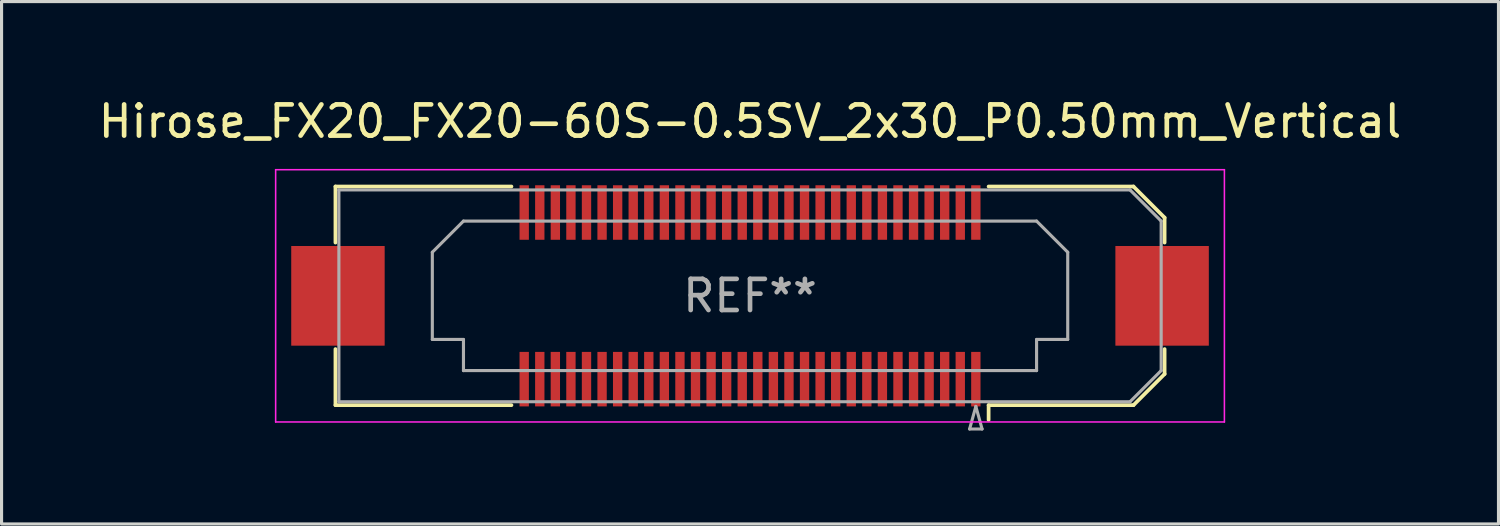
<source format=kicad_pcb>
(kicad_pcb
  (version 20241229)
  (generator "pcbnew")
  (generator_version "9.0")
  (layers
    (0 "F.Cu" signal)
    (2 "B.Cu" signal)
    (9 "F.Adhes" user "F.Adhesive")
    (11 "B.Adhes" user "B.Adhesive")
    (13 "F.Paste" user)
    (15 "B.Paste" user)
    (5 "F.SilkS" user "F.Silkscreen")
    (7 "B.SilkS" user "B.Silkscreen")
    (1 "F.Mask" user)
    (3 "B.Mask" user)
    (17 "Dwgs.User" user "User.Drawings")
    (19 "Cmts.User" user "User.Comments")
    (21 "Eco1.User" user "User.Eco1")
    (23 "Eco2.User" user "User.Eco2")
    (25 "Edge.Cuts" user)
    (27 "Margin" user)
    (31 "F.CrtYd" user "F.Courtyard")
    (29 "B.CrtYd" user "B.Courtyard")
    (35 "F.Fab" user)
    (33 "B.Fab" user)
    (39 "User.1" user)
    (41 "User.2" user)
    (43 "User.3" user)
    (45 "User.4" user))
  (footprint "Hirose_FX20_FX20-60S-0.5SV_2x30_P0.50mm_Vertical"
    (layer "F.Cu")
    (at 21.03 6.448)
    (property "Reference" "Hirose_FX20_FX20-60S-0.5SV_2x30_P0.50mm_Vertical" (at 0 -5.6 0) (layer "F.SilkS") (effects (font (size 1 1) (thickness 0.15))))
    (attr smd)
    (fp_line (start -13.31 -3.51) (end -7.66 -3.51) (stroke (width 0.12) (type solid)) (layer "F.SilkS"))
    (fp_line (start -13.31 -1.71) (end -13.31 -3.51) (stroke (width 0.12) (type solid)) (layer "F.SilkS"))
    (fp_line (start -13.31 3.51) (end -13.31 1.71) (stroke (width 0.12) (type solid)) (layer "F.SilkS"))
    (fp_line (start -7.66 3.51) (end -13.31 3.51) (stroke (width 0.12) (type solid)) (layer "F.SilkS"))
    (fp_line (start 7.66 3.51) (end 12.31 3.51) (stroke (width 0.12) (type solid)) (layer "F.SilkS"))
    (fp_line (start 7.66 3.983) (end 7.66 3.51) (stroke (width 0.12) (type solid)) (layer "F.SilkS"))
    (fp_line (start 12.31 -3.51) (end 7.66 -3.51) (stroke (width 0.12) (type solid)) (layer "F.SilkS"))
    (fp_line (start 12.31 3.51) (end 13.31 2.51) (stroke (width 0.12) (type solid)) (layer "F.SilkS"))
    (fp_line (start 13.31 -2.51) (end 12.31 -3.51) (stroke (width 0.12) (type solid)) (layer "F.SilkS"))
    (fp_line (start 13.31 -1.71) (end 13.31 -2.51) (stroke (width 0.12) (type solid)) (layer "F.SilkS"))
    (fp_line (start 13.31 2.51) (end 13.31 1.71) (stroke (width 0.12) (type solid)) (layer "F.SilkS"))
    (fp_line (start -15.23 -4.05) (end -15.23 4.05) (stroke (width 0.05) (type solid)) (layer "F.CrtYd"))
    (fp_line (start -15.23 4.05) (end 15.23 4.05) (stroke (width 0.05) (type solid)) (layer "F.CrtYd"))
    (fp_line (start 15.23 -4.05) (end -15.23 -4.05) (stroke (width 0.05) (type solid)) (layer "F.CrtYd"))
    (fp_line (start 15.23 4.05) (end 15.23 -4.05) (stroke (width 0.05) (type solid)) (layer "F.CrtYd"))
    (fp_line (start -13.2 -3.4) (end 12.2 -3.4) (stroke (width 0.1) (type solid)) (layer "F.Fab"))
    (fp_line (start -13.2 3.4) (end -13.2 -3.4) (stroke (width 0.1) (type solid)) (layer "F.Fab"))
    (fp_line (start -10.2 -1.4) (end -9.2 -2.4) (stroke (width 0.1) (type solid)) (layer "F.Fab"))
    (fp_line (start -10.2 1.4) (end -10.2 -1.4) (stroke (width 0.1) (type solid)) (layer "F.Fab"))
    (fp_line (start -9.2 -2.4) (end 9.2 -2.4) (stroke (width 0.1) (type solid)) (layer "F.Fab"))
    (fp_line (start -9.2 1.4) (end -10.2 1.4) (stroke (width 0.1) (type solid)) (layer "F.Fab"))
    (fp_line (start -9.2 2.4) (end -9.2 1.4) (stroke (width 0.1) (type solid)) (layer "F.Fab"))
    (fp_line (start 7.05 4.275) (end 7.45 4.275) (stroke (width 0.1) (type solid)) (layer "F.Fab"))
    (fp_line (start 7.25 3.55) (end 7.05 4.275) (stroke (width 0.1) (type solid)) (layer "F.Fab"))
    (fp_line (start 7.45 4.275) (end 7.25 3.55) (stroke (width 0.1) (type solid)) (layer "F.Fab"))
    (fp_line (start 9.2 -2.4) (end 10.2 -1.4) (stroke (width 0.1) (type solid)) (layer "F.Fab"))
    (fp_line (start 9.2 1.4) (end 9.2 2.4) (stroke (width 0.1) (type solid)) (layer "F.Fab"))
    (fp_line (start 9.2 2.4) (end -9.2 2.4) (stroke (width 0.1) (type solid)) (layer "F.Fab"))
    (fp_line (start 10.2 -1.4) (end 10.2 1.4) (stroke (width 0.1) (type solid)) (layer "F.Fab"))
    (fp_line (start 10.2 1.4) (end 9.2 1.4) (stroke (width 0.1) (type solid)) (layer "F.Fab"))
    (fp_line (start 12.2 -3.4) (end 13.2 -2.4) (stroke (width 0.1) (type solid)) (layer "F.Fab"))
    (fp_line (start 12.2 3.4) (end -13.2 3.4) (stroke (width 0.1) (type solid)) (layer "F.Fab"))
    (fp_line (start 13.2 -2.4) (end 13.2 2.4) (stroke (width 0.1) (type solid)) (layer "F.Fab"))
    (fp_line (start 13.2 2.4) (end 12.2 3.4) (stroke (width 0.1) (type solid)) (layer "F.Fab"))
    (fp_text user "REF**" (at 0 0 0) (layer "F.Fab") (effects (font (size 1 1) (thickness 0.15))))
    (pad "" smd rect (at -13.23 0) (size 2.98 3.18) (layers "F.Paste"))
    (pad "" smd rect (at -13.23 0) (size 3 3.2) (layers "F.Cu" "F.Mask"))
    (pad "" smd rect (at -7.25 -2.875) (size 0.28 1.35) (layers "F.Paste"))
    (pad "" smd rect (at -7.25 2.875) (size 0.28 1.35) (layers "F.Paste"))
    (pad "" smd rect (at -6.75 -2.875) (size 0.28 1.35) (layers "F.Paste"))
    (pad "" smd rect (at -6.75 2.875) (size 0.28 1.35) (layers "F.Paste"))
    (pad "" smd rect (at -6.25 -2.875) (size 0.28 1.35) (layers "F.Paste"))
    (pad "" smd rect (at -6.25 2.875) (size 0.28 1.35) (layers "F.Paste"))
    (pad "" smd rect (at -5.75 -2.875) (size 0.28 1.35) (layers "F.Paste"))
    (pad "" smd rect (at -5.75 2.875) (size 0.28 1.35) (layers "F.Paste"))
    (pad "" smd rect (at -5.25 -2.875) (size 0.28 1.35) (layers "F.Paste"))
    (pad "" smd rect (at -5.25 2.875) (size 0.28 1.35) (layers "F.Paste"))
    (pad "" smd rect (at -4.75 -2.875) (size 0.28 1.35) (layers "F.Paste"))
    (pad "" smd rect (at -4.75 2.875) (size 0.28 1.35) (layers "F.Paste"))
    (pad "" smd rect (at -4.25 -2.875) (size 0.28 1.35) (layers "F.Paste"))
    (pad "" smd rect (at -4.25 2.875) (size 0.28 1.35) (layers "F.Paste"))
    (pad "" smd rect (at -3.75 -2.875) (size 0.28 1.35) (layers "F.Paste"))
    (pad "" smd rect (at -3.75 2.875) (size 0.28 1.35) (layers "F.Paste"))
    (pad "" smd rect (at -3.25 -2.875) (size 0.28 1.35) (layers "F.Paste"))
    (pad "" smd rect (at -3.25 2.875) (size 0.28 1.35) (layers "F.Paste"))
    (pad "" smd rect (at -2.75 -2.875) (size 0.28 1.35) (layers "F.Paste"))
    (pad "" smd rect (at -2.75 2.875) (size 0.28 1.35) (layers "F.Paste"))
    (pad "" smd rect (at -2.25 -2.875) (size 0.28 1.35) (layers "F.Paste"))
    (pad "" smd rect (at -2.25 2.875) (size 0.28 1.35) (layers "F.Paste"))
    (pad "" smd rect (at -1.75 -2.875) (size 0.28 1.35) (layers "F.Paste"))
    (pad "" smd rect (at -1.75 2.875) (size 0.28 1.35) (layers "F.Paste"))
    (pad "" smd rect (at -1.25 -2.875) (size 0.28 1.35) (layers "F.Paste"))
    (pad "" smd rect (at -1.25 2.875) (size 0.28 1.35) (layers "F.Paste"))
    (pad "" smd rect (at -0.75 -2.875) (size 0.28 1.35) (layers "F.Paste"))
    (pad "" smd rect (at -0.75 2.875) (size 0.28 1.35) (layers "F.Paste"))
    (pad "" smd rect (at -0.25 -2.875) (size 0.28 1.35) (layers "F.Paste"))
    (pad "" smd rect (at -0.25 2.875) (size 0.28 1.35) (layers "F.Paste"))
    (pad "" smd rect (at 0.25 -2.875) (size 0.28 1.35) (layers "F.Paste"))
    (pad "" smd rect (at 0.25 2.875) (size 0.28 1.35) (layers "F.Paste"))
    (pad "" smd rect (at 0.75 -2.875) (size 0.28 1.35) (layers "F.Paste"))
    (pad "" smd rect (at 0.75 2.875) (size 0.28 1.35) (layers "F.Paste"))
    (pad "" smd rect (at 1.25 -2.875) (size 0.28 1.35) (layers "F.Paste"))
    (pad "" smd rect (at 1.25 2.875) (size 0.28 1.35) (layers "F.Paste"))
    (pad "" smd rect (at 1.75 -2.875) (size 0.28 1.35) (layers "F.Paste"))
    (pad "" smd rect (at 1.75 2.875) (size 0.28 1.35) (layers "F.Paste"))
    (pad "" smd rect (at 2.25 -2.875) (size 0.28 1.35) (layers "F.Paste"))
    (pad "" smd rect (at 2.25 2.875) (size 0.28 1.35) (layers "F.Paste"))
    (pad "" smd rect (at 2.75 -2.875) (size 0.28 1.35) (layers "F.Paste"))
    (pad "" smd rect (at 2.75 2.875) (size 0.28 1.35) (layers "F.Paste"))
    (pad "" smd rect (at 3.25 -2.875) (size 0.28 1.35) (layers "F.Paste"))
    (pad "" smd rect (at 3.25 2.875) (size 0.28 1.35) (layers "F.Paste"))
    (pad "" smd rect (at 3.75 -2.875) (size 0.28 1.35) (layers "F.Paste"))
    (pad "" smd rect (at 3.75 2.875) (size 0.28 1.35) (layers "F.Paste"))
    (pad "" smd rect (at 4.25 -2.875) (size 0.28 1.35) (layers "F.Paste"))
    (pad "" smd rect (at 4.25 2.875) (size 0.28 1.35) (layers "F.Paste"))
    (pad "" smd rect (at 4.75 -2.875) (size 0.28 1.35) (layers "F.Paste"))
    (pad "" smd rect (at 4.75 2.875) (size 0.28 1.35) (layers "F.Paste"))
    (pad "" smd rect (at 5.25 -2.875) (size 0.28 1.35) (layers "F.Paste"))
    (pad "" smd rect (at 5.25 2.875) (size 0.28 1.35) (layers "F.Paste"))
    (pad "" smd rect (at 5.75 -2.875) (size 0.28 1.35) (layers "F.Paste"))
    (pad "" smd rect (at 5.75 2.875) (size 0.28 1.35) (layers "F.Paste"))
    (pad "" smd rect (at 6.25 -2.875) (size 0.28 1.35) (layers "F.Paste"))
    (pad "" smd rect (at 6.25 2.875) (size 0.28 1.35) (layers "F.Paste"))
    (pad "" smd rect (at 6.75 -2.875) (size 0.28 1.35) (layers "F.Paste"))
    (pad "" smd rect (at 6.75 2.875) (size 0.28 1.35) (layers "F.Paste"))
    (pad "" smd rect (at 7.25 -2.875) (size 0.28 1.35) (layers "F.Paste"))
    (pad "" smd rect (at 7.25 2.875) (size 0.28 1.35) (layers "F.Paste"))
    (pad "" smd rect (at 13.23 0) (size 2.98 3.18) (layers "F.Paste"))
    (pad "" smd rect (at 13.23 0) (size 3 3.2) (layers "F.Cu" "F.Mask"))
    (pad "1" smd rect (at 7.25 2.675) (size 0.3 1.75) (layers "F.Cu" "F.Mask"))
    (pad "2" smd rect (at 7.25 -2.675) (size 0.3 1.75) (layers "F.Cu" "F.Mask"))
    (pad "3" smd rect (at 6.75 2.675) (size 0.3 1.75) (layers "F.Cu" "F.Mask"))
    (pad "4" smd rect (at 6.75 -2.675) (size 0.3 1.75) (layers "F.Cu" "F.Mask"))
    (pad "5" smd rect (at 6.25 2.675) (size 0.3 1.75) (layers "F.Cu" "F.Mask"))
    (pad "6" smd rect (at 6.25 -2.675) (size 0.3 1.75) (layers "F.Cu" "F.Mask"))
    (pad "7" smd rect (at 5.75 2.675) (size 0.3 1.75) (layers "F.Cu" "F.Mask"))
    (pad "8" smd rect (at 5.75 -2.675) (size 0.3 1.75) (layers "F.Cu" "F.Mask"))
    (pad "9" smd rect (at 5.25 2.675) (size 0.3 1.75) (layers "F.Cu" "F.Mask"))
    (pad "10" smd rect (at 5.25 -2.675) (size 0.3 1.75) (layers "F.Cu" "F.Mask"))
    (pad "11" smd rect (at 4.75 2.675) (size 0.3 1.75) (layers "F.Cu" "F.Mask"))
    (pad "12" smd rect (at 4.75 -2.675) (size 0.3 1.75) (layers "F.Cu" "F.Mask"))
    (pad "13" smd rect (at 4.25 2.675) (size 0.3 1.75) (layers "F.Cu" "F.Mask"))
    (pad "14" smd rect (at 4.25 -2.675) (size 0.3 1.75) (layers "F.Cu" "F.Mask"))
    (pad "15" smd rect (at 3.75 2.675) (size 0.3 1.75) (layers "F.Cu" "F.Mask"))
    (pad "16" smd rect (at 3.75 -2.675) (size 0.3 1.75) (layers "F.Cu" "F.Mask"))
    (pad "17" smd rect (at 3.25 2.675) (size 0.3 1.75) (layers "F.Cu" "F.Mask"))
    (pad "18" smd rect (at 3.25 -2.675) (size 0.3 1.75) (layers "F.Cu" "F.Mask"))
    (pad "19" smd rect (at 2.75 2.675) (size 0.3 1.75) (layers "F.Cu" "F.Mask"))
    (pad "20" smd rect (at 2.75 -2.675) (size 0.3 1.75) (layers "F.Cu" "F.Mask"))
    (pad "21" smd rect (at 2.25 2.675) (size 0.3 1.75) (layers "F.Cu" "F.Mask"))
    (pad "22" smd rect (at 2.25 -2.675) (size 0.3 1.75) (layers "F.Cu" "F.Mask"))
    (pad "23" smd rect (at 1.75 2.675) (size 0.3 1.75) (layers "F.Cu" "F.Mask"))
    (pad "24" smd rect (at 1.75 -2.675) (size 0.3 1.75) (layers "F.Cu" "F.Mask"))
    (pad "25" smd rect (at 1.25 2.675) (size 0.3 1.75) (layers "F.Cu" "F.Mask"))
    (pad "26" smd rect (at 1.25 -2.675) (size 0.3 1.75) (layers "F.Cu" "F.Mask"))
    (pad "27" smd rect (at 0.75 2.675) (size 0.3 1.75) (layers "F.Cu" "F.Mask"))
    (pad "28" smd rect (at 0.75 -2.675) (size 0.3 1.75) (layers "F.Cu" "F.Mask"))
    (pad "29" smd rect (at 0.25 2.675) (size 0.3 1.75) (layers "F.Cu" "F.Mask"))
    (pad "30" smd rect (at 0.25 -2.675) (size 0.3 1.75) (layers "F.Cu" "F.Mask"))
    (pad "31" smd rect (at -0.25 2.675) (size 0.3 1.75) (layers "F.Cu" "F.Mask"))
    (pad "32" smd rect (at -0.25 -2.675) (size 0.3 1.75) (layers "F.Cu" "F.Mask"))
    (pad "33" smd rect (at -0.75 2.675) (size 0.3 1.75) (layers "F.Cu" "F.Mask"))
    (pad "34" smd rect (at -0.75 -2.675) (size 0.3 1.75) (layers "F.Cu" "F.Mask"))
    (pad "35" smd rect (at -1.25 2.675) (size 0.3 1.75) (layers "F.Cu" "F.Mask"))
    (pad "36" smd rect (at -1.25 -2.675) (size 0.3 1.75) (layers "F.Cu" "F.Mask"))
    (pad "37" smd rect (at -1.75 2.675) (size 0.3 1.75) (layers "F.Cu" "F.Mask"))
    (pad "38" smd rect (at -1.75 -2.675) (size 0.3 1.75) (layers "F.Cu" "F.Mask"))
    (pad "39" smd rect (at -2.25 2.675) (size 0.3 1.75) (layers "F.Cu" "F.Mask"))
    (pad "40" smd rect (at -2.25 -2.675) (size 0.3 1.75) (layers "F.Cu" "F.Mask"))
    (pad "41" smd rect (at -2.75 2.675) (size 0.3 1.75) (layers "F.Cu" "F.Mask"))
    (pad "42" smd rect (at -2.75 -2.675) (size 0.3 1.75) (layers "F.Cu" "F.Mask"))
    (pad "43" smd rect (at -3.25 2.675) (size 0.3 1.75) (layers "F.Cu" "F.Mask"))
    (pad "44" smd rect (at -3.25 -2.675) (size 0.3 1.75) (layers "F.Cu" "F.Mask"))
    (pad "45" smd rect (at -3.75 2.675) (size 0.3 1.75) (layers "F.Cu" "F.Mask"))
    (pad "46" smd rect (at -3.75 -2.675) (size 0.3 1.75) (layers "F.Cu" "F.Mask"))
    (pad "47" smd rect (at -4.25 2.675) (size 0.3 1.75) (layers "F.Cu" "F.Mask"))
    (pad "48" smd rect (at -4.25 -2.675) (size 0.3 1.75) (layers "F.Cu" "F.Mask"))
    (pad "49" smd rect (at -4.75 2.675) (size 0.3 1.75) (layers "F.Cu" "F.Mask"))
    (pad "50" smd rect (at -4.75 -2.675) (size 0.3 1.75) (layers "F.Cu" "F.Mask"))
    (pad "51" smd rect (at -5.25 2.675) (size 0.3 1.75) (layers "F.Cu" "F.Mask"))
    (pad "52" smd rect (at -5.25 -2.675) (size 0.3 1.75) (layers "F.Cu" "F.Mask"))
    (pad "53" smd rect (at -5.75 2.675) (size 0.3 1.75) (layers "F.Cu" "F.Mask"))
    (pad "54" smd rect (at -5.75 -2.675) (size 0.3 1.75) (layers "F.Cu" "F.Mask"))
    (pad "55" smd rect (at -6.25 2.675) (size 0.3 1.75) (layers "F.Cu" "F.Mask"))
    (pad "56" smd rect (at -6.25 -2.675) (size 0.3 1.75) (layers "F.Cu" "F.Mask"))
    (pad "57" smd rect (at -6.75 2.675) (size 0.3 1.75) (layers "F.Cu" "F.Mask"))
    (pad "58" smd rect (at -6.75 -2.675) (size 0.3 1.75) (layers "F.Cu" "F.Mask"))
    (pad "59" smd rect (at -7.25 2.675) (size 0.3 1.75) (layers "F.Cu" "F.Mask"))
    (pad "60" smd rect (at -7.25 -2.675) (size 0.3 1.75) (layers "F.Cu" "F.Mask")))
  (gr_rect
    (start -3 -3)
    (end 45.06 13.773)
    (stroke (width 0.1) (type default))
    (fill no)
    (layer "Edge.Cuts")))
</source>
